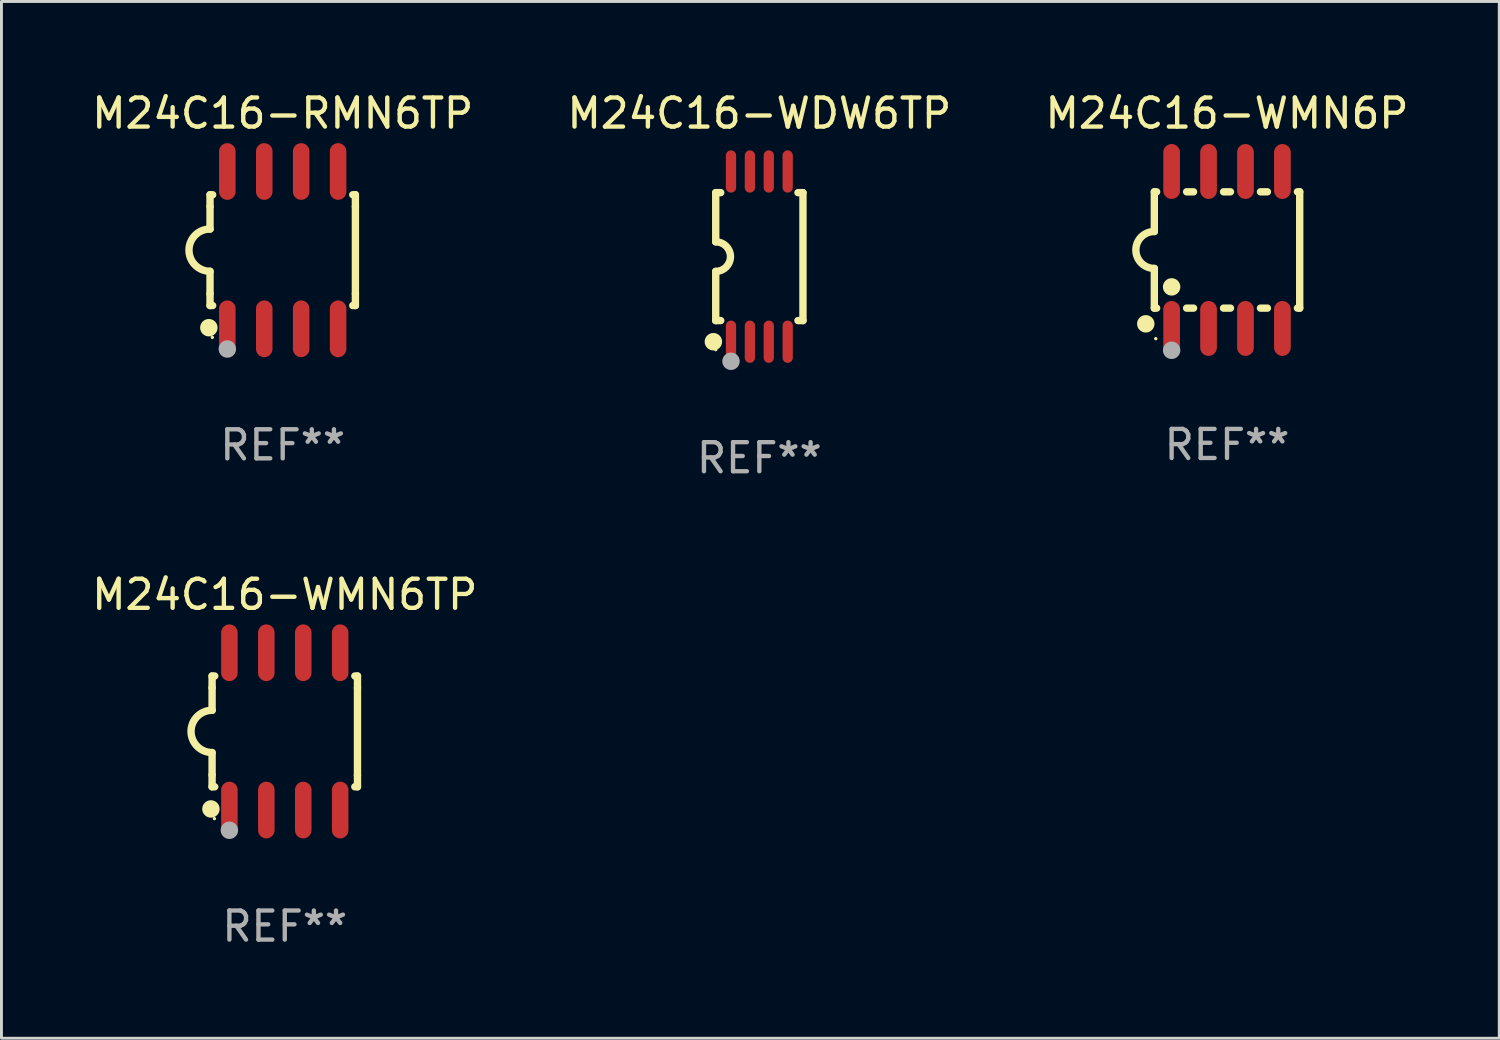
<source format=kicad_pcb>
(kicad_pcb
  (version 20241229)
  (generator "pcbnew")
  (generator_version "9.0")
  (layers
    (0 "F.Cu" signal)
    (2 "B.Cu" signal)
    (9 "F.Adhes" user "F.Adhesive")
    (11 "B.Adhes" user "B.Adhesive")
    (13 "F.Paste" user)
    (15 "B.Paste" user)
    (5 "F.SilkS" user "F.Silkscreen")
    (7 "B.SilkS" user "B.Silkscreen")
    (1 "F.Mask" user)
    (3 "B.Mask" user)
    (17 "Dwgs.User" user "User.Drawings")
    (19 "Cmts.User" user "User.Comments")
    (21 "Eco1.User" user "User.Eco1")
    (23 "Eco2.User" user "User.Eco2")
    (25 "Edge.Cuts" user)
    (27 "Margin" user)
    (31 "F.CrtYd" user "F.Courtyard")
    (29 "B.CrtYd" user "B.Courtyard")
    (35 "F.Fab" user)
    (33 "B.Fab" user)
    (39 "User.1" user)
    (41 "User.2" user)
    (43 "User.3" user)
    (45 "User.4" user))
  (footprint "M24C16-WMN6TP"
    (layer "F.Cu")
    (at 6.744 22.104)
    (property "Reference" "M24C16-WMN6TP" (at 0 -4.705 0) (layer "F.SilkS") (effects (font (size 1 1) (thickness 0.15))))
    (attr through_hole)
    (fp_line (start -2.5 -1.905) (end -2.409 -1.905) (stroke (width 0.254) (type solid)) (layer "F.SilkS"))
    (fp_line (start -2.5 -1.5) (end -2.5 -1.905) (stroke (width 0.254) (type solid)) (layer "F.SilkS"))
    (fp_line (start -2.5 -1.5) (end -2.5 -0.726) (stroke (width 0.254) (type solid)) (layer "F.SilkS"))
    (fp_line (start -2.5 1.5) (end -2.5 0.727) (stroke (width 0.254) (type solid)) (layer "F.SilkS"))
    (fp_line (start -2.5 1.5) (end -2.5 1.905) (stroke (width 0.254) (type solid)) (layer "F.SilkS"))
    (fp_line (start -2.5 1.905) (end -2.409 1.905) (stroke (width 0.254) (type solid)) (layer "F.SilkS"))
    (fp_line (start 2.5 -1.905) (end 2.409 -1.905) (stroke (width 0.254) (type solid)) (layer "F.SilkS"))
    (fp_line (start 2.5 -1.5) (end 2.5 -1.905) (stroke (width 0.254) (type solid)) (layer "F.SilkS"))
    (fp_line (start 2.5 -1.5) (end 2.5 1.5) (stroke (width 0.254) (type solid)) (layer "F.SilkS"))
    (fp_line (start 2.5 1.5) (end 2.5 1.905) (stroke (width 0.254) (type solid)) (layer "F.SilkS"))
    (fp_line (start 2.5 1.905) (end 2.409 1.905) (stroke (width 0.254) (type solid)) (layer "F.SilkS"))
    (fp_arc (start -2.5 0.726568) (mid -3.220316 -0.0023) (end -2.495097 -0.726289) (stroke (width 0.254001) (type solid)) (layer "F.SilkS"))
    (fp_circle (center -2.54 2.667) (end -2.39 2.667) (stroke (width 0.3) (type solid)) (fill no) (layer "F.SilkS"))
    (fp_circle (center -2.42 3) (end -2.39 3) (stroke (width 0.06) (type solid)) (fill no) (layer "F.SilkS"))
    (fp_circle (center -1.905 3.4) (end -1.755 3.4) (stroke (width 0.3) (type solid)) (fill no) (layer "F.Fab"))
    (fp_text user "REF**" (at 0 6.705 0) (layer "F.Fab") (effects (font (size 1 1) (thickness 0.15))))
    (pad "1" smd oval (at -1.905 2.705) (size 0.568 1.95) (layers "F.Cu" "F.Mask" "F.Paste"))
    (pad "2" smd oval (at -0.635 2.705) (size 0.568 1.95) (layers "F.Cu" "F.Mask" "F.Paste"))
    (pad "3" smd oval (at 0.635 2.705) (size 0.568 1.95) (layers "F.Cu" "F.Mask" "F.Paste"))
    (pad "4" smd oval (at 1.905 2.705) (size 0.568 1.95) (layers "F.Cu" "F.Mask" "F.Paste"))
    (pad "5" smd oval (at 1.905 -2.705) (size 0.568 1.95) (layers "F.Cu" "F.Mask" "F.Paste"))
    (pad "6" smd oval (at 0.635 -2.705) (size 0.568 1.95) (layers "F.Cu" "F.Mask" "F.Paste"))
    (pad "7" smd oval (at -0.635 -2.705) (size 0.568 1.95) (layers "F.Cu" "F.Mask" "F.Paste"))
    (pad "8" smd oval (at -1.905 -2.705) (size 0.568 1.95) (layers "F.Cu" "F.Mask" "F.Paste")))
  (footprint "M24C16-WMN6P"
    (layer "F.Cu")
    (at 39.149 5.547)
    (property "Reference" "M24C16-WMN6P" (at 0 -4.699 0) (layer "F.SilkS") (effects (font (size 1 1) (thickness 0.15))))
    (attr through_hole)
    (fp_line (start -2.5 -2) (end -2.5 -0.635) (stroke (width 0.254) (type solid)) (layer "F.SilkS"))
    (fp_line (start -2.5 -2) (end -2.421 -2) (stroke (width 0.254) (type solid)) (layer "F.SilkS"))
    (fp_line (start -2.5 2) (end -2.5 0.635) (stroke (width 0.254) (type solid)) (layer "F.SilkS"))
    (fp_line (start -2.5 2) (end -2.421 2) (stroke (width 0.254) (type solid)) (layer "F.SilkS"))
    (fp_line (start -1.389 -2) (end -1.151 -2) (stroke (width 0.254) (type solid)) (layer "F.SilkS"))
    (fp_line (start -1.389 2) (end -1.151 2) (stroke (width 0.254) (type solid)) (layer "F.SilkS"))
    (fp_line (start -0.119 -2) (end 0.119 -2) (stroke (width 0.254) (type solid)) (layer "F.SilkS"))
    (fp_line (start -0.119 2) (end 0.119 2) (stroke (width 0.254) (type solid)) (layer "F.SilkS"))
    (fp_line (start 1.151 -2) (end 1.389 -2) (stroke (width 0.254) (type solid)) (layer "F.SilkS"))
    (fp_line (start 1.151 2) (end 1.389 2) (stroke (width 0.254) (type solid)) (layer "F.SilkS"))
    (fp_line (start 2.421 -2) (end 2.5 -2) (stroke (width 0.254) (type solid)) (layer "F.SilkS"))
    (fp_line (start 2.421 2) (end 2.5 2) (stroke (width 0.254) (type solid)) (layer "F.SilkS"))
    (fp_line (start 2.5 -2) (end 2.5 2) (stroke (width 0.254) (type solid)) (layer "F.SilkS"))
    (fp_arc (start -2.5 0.635001) (mid -3.134366 -0.000318) (end -2.499365 -0.635001) (stroke (width 0.254001) (type solid)) (layer "F.SilkS"))
    (fp_circle (center -2.794 2.54) (end -2.644 2.54) (stroke (width 0.3) (type solid)) (fill no) (layer "F.SilkS"))
    (fp_circle (center -2.45 3.05) (end -2.42 3.05) (stroke (width 0.06) (type solid)) (fill no) (layer "F.SilkS"))
    (fp_circle (center -1.905 1.27) (end -1.755 1.27) (stroke (width 0.3) (type solid)) (fill no) (layer "F.SilkS"))
    (fp_circle (center -1.905 3.45) (end -1.755 3.45) (stroke (width 0.3) (type solid)) (fill no) (layer "F.Fab"))
    (fp_text user "REF**" (at 0 6.699 0) (layer "F.Fab") (effects (font (size 1 1) (thickness 0.15))))
    (pad "1" smd oval (at -1.905 2.699) (size 0.574 1.888) (layers "F.Cu" "F.Mask" "F.Paste"))
    (pad "2" smd oval (at -0.635 2.699) (size 0.574 1.888) (layers "F.Cu" "F.Mask" "F.Paste"))
    (pad "3" smd oval (at 0.635 2.699) (size 0.574 1.888) (layers "F.Cu" "F.Mask" "F.Paste"))
    (pad "4" smd oval (at 1.905 2.699) (size 0.574 1.888) (layers "F.Cu" "F.Mask" "F.Paste"))
    (pad "5" smd oval (at 1.905 -2.699) (size 0.574 1.888) (layers "F.Cu" "F.Mask" "F.Paste"))
    (pad "6" smd oval (at 0.635 -2.699) (size 0.574 1.888) (layers "F.Cu" "F.Mask" "F.Paste"))
    (pad "7" smd oval (at -0.635 -2.699) (size 0.574 1.888) (layers "F.Cu" "F.Mask" "F.Paste"))
    (pad "8" smd oval (at -1.905 -2.699) (size 0.574 1.888) (layers "F.Cu" "F.Mask" "F.Paste")))
  (footprint "M24C16-RMN6TP"
    (layer "F.Cu")
    (at 6.673 5.553)
    (property "Reference" "M24C16-RMN6TP" (at 0 -4.705 0) (layer "F.SilkS") (effects (font (size 1 1) (thickness 0.15))))
    (attr through_hole)
    (fp_line (start -2.5 -1.905) (end -2.409 -1.905) (stroke (width 0.254) (type solid)) (layer "F.SilkS"))
    (fp_line (start -2.5 -1.5) (end -2.5 -1.905) (stroke (width 0.254) (type solid)) (layer "F.SilkS"))
    (fp_line (start -2.5 -1.5) (end -2.5 -0.726) (stroke (width 0.254) (type solid)) (layer "F.SilkS"))
    (fp_line (start -2.5 1.5) (end -2.5 0.727) (stroke (width 0.254) (type solid)) (layer "F.SilkS"))
    (fp_line (start -2.5 1.5) (end -2.5 1.905) (stroke (width 0.254) (type solid)) (layer "F.SilkS"))
    (fp_line (start -2.5 1.905) (end -2.409 1.905) (stroke (width 0.254) (type solid)) (layer "F.SilkS"))
    (fp_line (start 2.5 -1.905) (end 2.409 -1.905) (stroke (width 0.254) (type solid)) (layer "F.SilkS"))
    (fp_line (start 2.5 -1.5) (end 2.5 -1.905) (stroke (width 0.254) (type solid)) (layer "F.SilkS"))
    (fp_line (start 2.5 -1.5) (end 2.5 1.5) (stroke (width 0.254) (type solid)) (layer "F.SilkS"))
    (fp_line (start 2.5 1.5) (end 2.5 1.905) (stroke (width 0.254) (type solid)) (layer "F.SilkS"))
    (fp_line (start 2.5 1.905) (end 2.409 1.905) (stroke (width 0.254) (type solid)) (layer "F.SilkS"))
    (fp_arc (start -2.5 0.726568) (mid -3.220316 -0.0023) (end -2.495097 -0.726289) (stroke (width 0.254001) (type solid)) (layer "F.SilkS"))
    (fp_circle (center -2.54 2.667) (end -2.39 2.667) (stroke (width 0.3) (type solid)) (fill no) (layer "F.SilkS"))
    (fp_circle (center -2.42 3) (end -2.39 3) (stroke (width 0.06) (type solid)) (fill no) (layer "F.SilkS"))
    (fp_circle (center -1.905 3.4) (end -1.755 3.4) (stroke (width 0.3) (type solid)) (fill no) (layer "F.Fab"))
    (fp_text user "REF**" (at 0 6.705 0) (layer "F.Fab") (effects (font (size 1 1) (thickness 0.15))))
    (pad "1" smd oval (at -1.905 2.705) (size 0.568 1.95) (layers "F.Cu" "F.Mask" "F.Paste"))
    (pad "2" smd oval (at -0.635 2.705) (size 0.568 1.95) (layers "F.Cu" "F.Mask" "F.Paste"))
    (pad "3" smd oval (at 0.635 2.705) (size 0.568 1.95) (layers "F.Cu" "F.Mask" "F.Paste"))
    (pad "4" smd oval (at 1.905 2.705) (size 0.568 1.95) (layers "F.Cu" "F.Mask" "F.Paste"))
    (pad "5" smd oval (at 1.905 -2.705) (size 0.568 1.95) (layers "F.Cu" "F.Mask" "F.Paste"))
    (pad "6" smd oval (at 0.635 -2.705) (size 0.568 1.95) (layers "F.Cu" "F.Mask" "F.Paste"))
    (pad "7" smd oval (at -0.635 -2.705) (size 0.568 1.95) (layers "F.Cu" "F.Mask" "F.Paste"))
    (pad "8" smd oval (at -1.905 -2.705) (size 0.568 1.95) (layers "F.Cu" "F.Mask" "F.Paste")))
  (footprint "M24C16-WDW6TP"
    (layer "F.Cu")
    (at 23.065 5.775)
    (property "Reference" "M24C16-WDW6TP" (at 0 -4.927 0) (layer "F.SilkS") (effects (font (size 1 1) (thickness 0.15))))
    (attr through_hole)
    (fp_line (start -1.5 -2.2) (end -1.5 -0.508) (stroke (width 0.254) (type solid)) (layer "F.SilkS"))
    (fp_line (start -1.5 -2.2) (end -1.328 -2.2) (stroke (width 0.254) (type solid)) (layer "F.SilkS"))
    (fp_line (start -1.5 2.2) (end -1.5 0.508) (stroke (width 0.254) (type solid)) (layer "F.SilkS"))
    (fp_line (start -1.5 2.2) (end -1.328 2.2) (stroke (width 0.254) (type solid)) (layer "F.SilkS"))
    (fp_line (start 1.328 -2.2) (end 1.5 -2.2) (stroke (width 0.254) (type solid)) (layer "F.SilkS"))
    (fp_line (start 1.328 2.2) (end 1.5 2.2) (stroke (width 0.254) (type solid)) (layer "F.SilkS"))
    (fp_line (start 1.5 -2.2) (end 1.5 2.2) (stroke (width 0.254) (type solid)) (layer "F.SilkS"))
    (fp_arc (start -1.501144 -0.508) (mid -0.993143 -0.000571) (end -1.5 0.508001) (stroke (width 0.254001) (type solid)) (layer "F.SilkS"))
    (fp_circle (center -1.581 2.927) (end -1.431 2.927) (stroke (width 0.3) (type solid)) (fill no) (layer "F.SilkS"))
    (fp_circle (center -1.5 3.2) (end -1.47 3.2) (stroke (width 0.06) (type solid)) (fill no) (layer "F.SilkS"))
    (fp_circle (center -0.975 3.6) (end -0.825 3.6) (stroke (width 0.3) (type solid)) (fill no) (layer "F.Fab"))
    (fp_text user "REF**" (at 0 6.927 0) (layer "F.Fab") (effects (font (size 1 1) (thickness 0.15))))
    (pad "1" smd oval (at -0.975 2.927) (size 0.353 1.454) (layers "F.Cu" "F.Mask" "F.Paste"))
    (pad "2" smd oval (at -0.325 2.927) (size 0.353 1.454) (layers "F.Cu" "F.Mask" "F.Paste"))
    (pad "3" smd oval (at 0.325 2.927) (size 0.353 1.454) (layers "F.Cu" "F.Mask" "F.Paste"))
    (pad "4" smd oval (at 0.975 2.927) (size 0.353 1.454) (layers "F.Cu" "F.Mask" "F.Paste"))
    (pad "5" smd oval (at 0.975 -2.927) (size 0.353 1.454) (layers "F.Cu" "F.Mask" "F.Paste"))
    (pad "6" smd oval (at 0.325 -2.927) (size 0.353 1.454) (layers "F.Cu" "F.Mask" "F.Paste"))
    (pad "7" smd oval (at -0.325 -2.927) (size 0.353 1.454) (layers "F.Cu" "F.Mask" "F.Paste"))
    (pad "8" smd oval (at -0.975 -2.927) (size 0.353 1.454) (layers "F.Cu" "F.Mask" "F.Paste")))
  (gr_rect
    (start -3 -3)
    (end 48.512 32.657)
    (stroke (width 0.1) (type default))
    (fill no)
    (layer "Edge.Cuts")))
</source>
